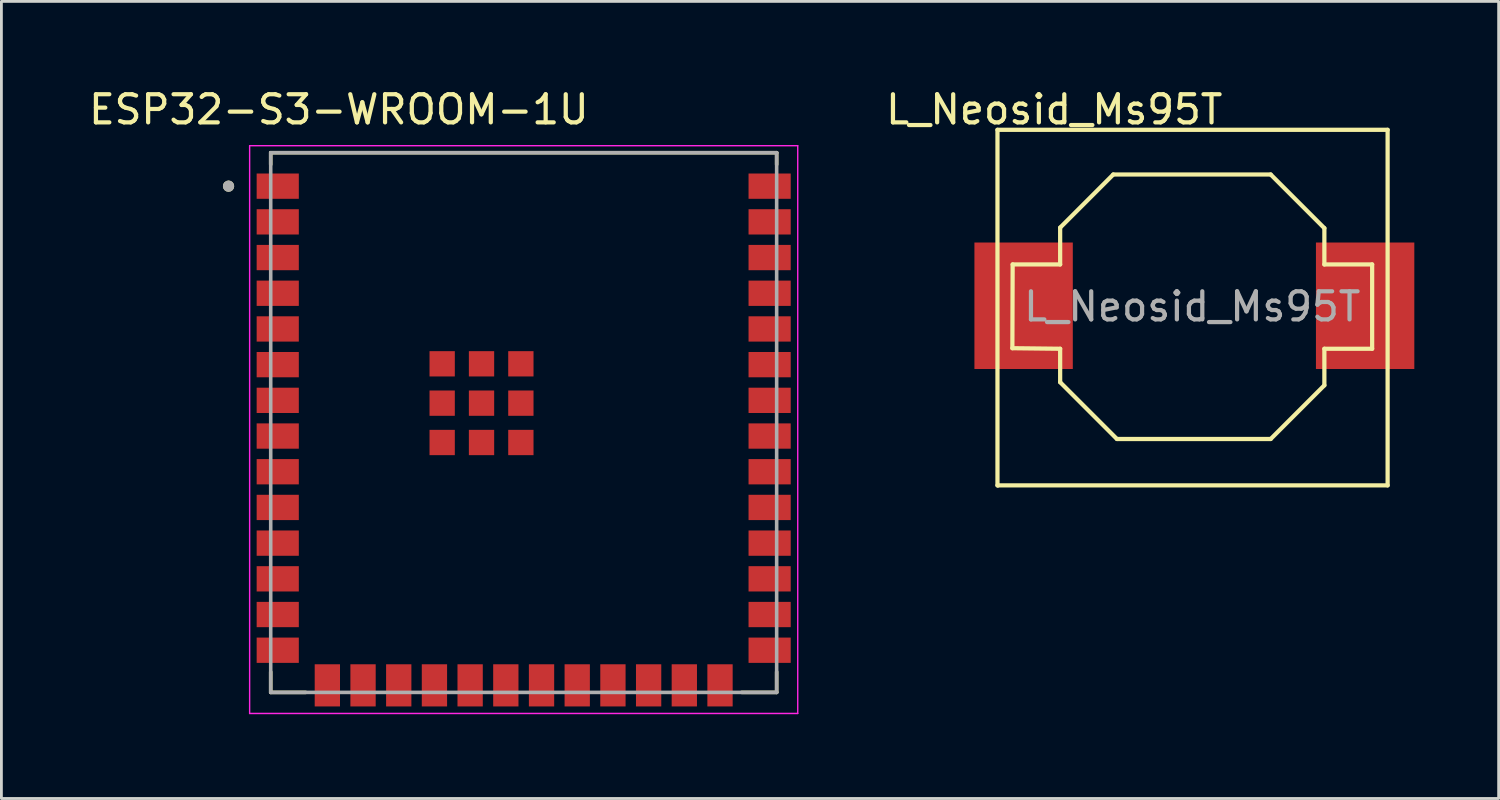
<source format=kicad_pcb>
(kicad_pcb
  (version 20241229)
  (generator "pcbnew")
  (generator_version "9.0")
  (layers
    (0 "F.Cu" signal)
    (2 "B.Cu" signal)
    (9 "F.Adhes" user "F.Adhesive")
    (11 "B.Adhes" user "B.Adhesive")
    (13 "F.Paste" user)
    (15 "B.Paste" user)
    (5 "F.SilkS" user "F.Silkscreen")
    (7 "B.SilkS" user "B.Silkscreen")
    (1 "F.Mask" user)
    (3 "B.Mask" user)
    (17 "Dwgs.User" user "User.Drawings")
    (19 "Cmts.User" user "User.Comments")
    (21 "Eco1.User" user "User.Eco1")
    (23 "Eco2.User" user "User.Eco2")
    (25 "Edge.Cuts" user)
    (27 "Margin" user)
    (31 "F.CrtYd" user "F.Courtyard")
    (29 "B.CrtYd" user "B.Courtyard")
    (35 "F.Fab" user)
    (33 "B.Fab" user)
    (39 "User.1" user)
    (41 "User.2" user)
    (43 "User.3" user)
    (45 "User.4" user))
  (footprint "ESP32-S3-WROOM-1U"
    (layer "F.Cu")
    (at 15.581 11.983)
    (property "Reference" "ESP32-S3-WROOM-1U" (at -6.575 -11.135 0) (layer "F.SilkS") (effects (font (size 1 1) (thickness 0.15))))
    (attr through_hole)
    (fp_line (start -9 -9.6) (end 9 -9.6) (stroke (width 0.127) (type solid)) (layer "F.SilkS"))
    (fp_line (start -9 -9.18) (end -9 -9.6) (stroke (width 0.127) (type solid)) (layer "F.SilkS"))
    (fp_line (start -9 9.6) (end -9 8.87) (stroke (width 0.127) (type solid)) (layer "F.SilkS"))
    (fp_line (start -7.755 9.6) (end -9 9.6) (stroke (width 0.127) (type solid)) (layer "F.SilkS"))
    (fp_line (start 9 -9.6) (end 9 -9.18) (stroke (width 0.127) (type solid)) (layer "F.SilkS"))
    (fp_line (start 9 9.6) (end 7.755 9.6) (stroke (width 0.127) (type solid)) (layer "F.SilkS"))
    (fp_line (start 9 9.6) (end 9 8.87) (stroke (width 0.127) (type solid)) (layer "F.SilkS"))
    (fp_circle (center -10.5 -8.41) (end -10.4 -8.41) (stroke (width 0.2) (type solid)) (fill no) (layer "F.SilkS"))
    (fp_line (start -9.75 -9.85) (end -9.75 10.35) (stroke (width 0.05) (type solid)) (layer "F.CrtYd"))
    (fp_line (start -9.75 10.35) (end 9.75 10.35) (stroke (width 0.05) (type solid)) (layer "F.CrtYd"))
    (fp_line (start 9.75 -9.85) (end -9.75 -9.85) (stroke (width 0.05) (type solid)) (layer "F.CrtYd"))
    (fp_line (start 9.75 10.35) (end 9.75 -9.85) (stroke (width 0.05) (type solid)) (layer "F.CrtYd"))
    (fp_line (start -9 -9.6) (end 9 -9.6) (stroke (width 0.127) (type solid)) (layer "F.Fab"))
    (fp_line (start -9 9.6) (end -9 -9.6) (stroke (width 0.127) (type solid)) (layer "F.Fab"))
    (fp_line (start 9 -9.6) (end 9 9.6) (stroke (width 0.127) (type solid)) (layer "F.Fab"))
    (fp_line (start 9 9.6) (end -9 9.6) (stroke (width 0.127) (type solid)) (layer "F.Fab"))
    (fp_circle (center -10.5 -8.41) (end -10.4 -8.41) (stroke (width 0.2) (type solid)) (fill no) (layer "F.Fab"))
    (pad "1" smd rect (at -8.75 -8.41) (size 1.5 0.9) (layers "F.Cu" "F.Mask" "F.Paste"))
    (pad "2" smd rect (at -8.75 -7.14) (size 1.5 0.9) (layers "F.Cu" "F.Mask" "F.Paste"))
    (pad "3" smd rect (at -8.75 -5.87) (size 1.5 0.9) (layers "F.Cu" "F.Mask" "F.Paste"))
    (pad "4" smd rect (at -8.75 -4.6) (size 1.5 0.9) (layers "F.Cu" "F.Mask" "F.Paste"))
    (pad "5" smd rect (at -8.75 -3.33) (size 1.5 0.9) (layers "F.Cu" "F.Mask" "F.Paste"))
    (pad "6" smd rect (at -8.75 -2.06) (size 1.5 0.9) (layers "F.Cu" "F.Mask" "F.Paste"))
    (pad "7" smd rect (at -8.75 -0.79) (size 1.5 0.9) (layers "F.Cu" "F.Mask" "F.Paste"))
    (pad "8" smd rect (at -8.75 0.48) (size 1.5 0.9) (layers "F.Cu" "F.Mask" "F.Paste"))
    (pad "9" smd rect (at -8.75 1.75) (size 1.5 0.9) (layers "F.Cu" "F.Mask" "F.Paste"))
    (pad "10" smd rect (at -8.75 3.02) (size 1.5 0.9) (layers "F.Cu" "F.Mask" "F.Paste"))
    (pad "11" smd rect (at -8.75 4.29) (size 1.5 0.9) (layers "F.Cu" "F.Mask" "F.Paste"))
    (pad "12" smd rect (at -8.75 5.56) (size 1.5 0.9) (layers "F.Cu" "F.Mask" "F.Paste"))
    (pad "13" smd rect (at -8.75 6.83) (size 1.5 0.9) (layers "F.Cu" "F.Mask" "F.Paste"))
    (pad "14" smd rect (at -8.75 8.1) (size 1.5 0.9) (layers "F.Cu" "F.Mask" "F.Paste"))
    (pad "15" smd rect (at -6.985 9.35) (size 0.9 1.5) (layers "F.Cu" "F.Mask" "F.Paste"))
    (pad "16" smd rect (at -5.715 9.35) (size 0.9 1.5) (layers "F.Cu" "F.Mask" "F.Paste"))
    (pad "17" smd rect (at -4.445 9.35) (size 0.9 1.5) (layers "F.Cu" "F.Mask" "F.Paste"))
    (pad "18" smd rect (at -3.175 9.35) (size 0.9 1.5) (layers "F.Cu" "F.Mask" "F.Paste"))
    (pad "19" smd rect (at -1.905 9.35) (size 0.9 1.5) (layers "F.Cu" "F.Mask" "F.Paste"))
    (pad "20" smd rect (at -0.635 9.35) (size 0.9 1.5) (layers "F.Cu" "F.Mask" "F.Paste"))
    (pad "21" smd rect (at 0.635 9.35) (size 0.9 1.5) (layers "F.Cu" "F.Mask" "F.Paste"))
    (pad "22" smd rect (at 1.905 9.35) (size 0.9 1.5) (layers "F.Cu" "F.Mask" "F.Paste"))
    (pad "23" smd rect (at 3.175 9.35) (size 0.9 1.5) (layers "F.Cu" "F.Mask" "F.Paste"))
    (pad "24" smd rect (at 4.445 9.35) (size 0.9 1.5) (layers "F.Cu" "F.Mask" "F.Paste"))
    (pad "25" smd rect (at 5.715 9.35) (size 0.9 1.5) (layers "F.Cu" "F.Mask" "F.Paste"))
    (pad "26" smd rect (at 6.985 9.35) (size 0.9 1.5) (layers "F.Cu" "F.Mask" "F.Paste"))
    (pad "27" smd rect (at 8.75 8.1) (size 1.5 0.9) (layers "F.Cu" "F.Mask" "F.Paste"))
    (pad "28" smd rect (at 8.75 6.83) (size 1.5 0.9) (layers "F.Cu" "F.Mask" "F.Paste"))
    (pad "29" smd rect (at 8.75 5.56) (size 1.5 0.9) (layers "F.Cu" "F.Mask" "F.Paste"))
    (pad "30" smd rect (at 8.75 4.29) (size 1.5 0.9) (layers "F.Cu" "F.Mask" "F.Paste"))
    (pad "31" smd rect (at 8.75 3.02) (size 1.5 0.9) (layers "F.Cu" "F.Mask" "F.Paste"))
    (pad "32" smd rect (at 8.75 1.75) (size 1.5 0.9) (layers "F.Cu" "F.Mask" "F.Paste"))
    (pad "33" smd rect (at 8.75 0.48) (size 1.5 0.9) (layers "F.Cu" "F.Mask" "F.Paste"))
    (pad "34" smd rect (at 8.75 -0.79) (size 1.5 0.9) (layers "F.Cu" "F.Mask" "F.Paste"))
    (pad "35" smd rect (at 8.75 -2.06) (size 1.5 0.9) (layers "F.Cu" "F.Mask" "F.Paste"))
    (pad "36" smd rect (at 8.75 -3.33) (size 1.5 0.9) (layers "F.Cu" "F.Mask" "F.Paste"))
    (pad "37" smd rect (at 8.75 -4.6) (size 1.5 0.9) (layers "F.Cu" "F.Mask" "F.Paste"))
    (pad "38" smd rect (at 8.75 -5.87) (size 1.5 0.9) (layers "F.Cu" "F.Mask" "F.Paste"))
    (pad "39" smd rect (at 8.75 -7.14) (size 1.5 0.9) (layers "F.Cu" "F.Mask" "F.Paste"))
    (pad "40" smd rect (at 8.75 -8.41) (size 1.5 0.9) (layers "F.Cu" "F.Mask" "F.Paste"))
    (pad "41" smd rect (at -2.9 -2.09) (size 0.9 0.9) (layers "F.Cu" "F.Mask" "F.Paste"))
    (pad "41" smd rect (at -2.9 -0.69) (size 0.9 0.9) (layers "F.Cu" "F.Mask" "F.Paste"))
    (pad "41" smd rect (at -2.9 0.71) (size 0.9 0.9) (layers "F.Cu" "F.Mask" "F.Paste"))
    (pad "41" smd rect (at -1.5 -2.09) (size 0.9 0.9) (layers "F.Cu" "F.Mask" "F.Paste"))
    (pad "41" smd rect (at -1.5 -0.69) (size 0.9 0.9) (layers "F.Cu" "F.Mask" "F.Paste"))
    (pad "41" smd rect (at -1.5 0.71) (size 0.9 0.9) (layers "F.Cu" "F.Mask" "F.Paste"))
    (pad "41" smd rect (at -0.1 -2.09) (size 0.9 0.9) (layers "F.Cu" "F.Mask" "F.Paste"))
    (pad "41" smd rect (at -0.1 -0.69) (size 0.9 0.9) (layers "F.Cu" "F.Mask" "F.Paste"))
    (pad "41" smd rect (at -0.1 0.71) (size 0.9 0.9) (layers "F.Cu" "F.Mask" "F.Paste")))
  (footprint "L_Neosid_Ms95T"
    (layer "F.Cu")
    (at 39.367 7.858)
    (property "Reference" "L_Neosid_Ms95T" (at -4.91 -7.01 0) (layer "F.SilkS") (effects (font (size 1 1) (thickness 0.15))))
    (attr smd)
    (fp_line (start -6.93 -6.29) (end -6.93 6.36) (stroke (width 0.15) (type solid)) (layer "F.SilkS"))
    (fp_line (start -6.93 6.36) (end -6.91 6.36) (stroke (width 0.15) (type solid)) (layer "F.SilkS"))
    (fp_line (start -6.91 6.36) (end 6.95 6.36) (stroke (width 0.15) (type solid)) (layer "F.SilkS"))
    (fp_line (start -6.4 1.48) (end -6.39 -1.5) (stroke (width 0.15) (type solid)) (layer "F.SilkS"))
    (fp_line (start -4.7 -2.81) (end -2.81 -4.7) (stroke (width 0.15) (type solid)) (layer "F.SilkS"))
    (fp_line (start -4.7 -1.5) (end -6.39 -1.5) (stroke (width 0.15) (type solid)) (layer "F.SilkS"))
    (fp_line (start -4.7 -1.5) (end -4.7 -2.81) (stroke (width 0.15) (type solid)) (layer "F.SilkS"))
    (fp_line (start -4.7 1.5) (end -6.4 1.48) (stroke (width 0.15) (type solid)) (layer "F.SilkS"))
    (fp_line (start -4.7 2.69) (end -4.7 1.5) (stroke (width 0.15) (type solid)) (layer "F.SilkS"))
    (fp_line (start -2.81 -4.7) (end 2.79 -4.7) (stroke (width 0.15) (type solid)) (layer "F.SilkS"))
    (fp_line (start -2.68 4.71) (end -4.7 2.69) (stroke (width 0.15) (type solid)) (layer "F.SilkS"))
    (fp_line (start 2.79 -4.7) (end 4.7 -2.79) (stroke (width 0.15) (type solid)) (layer "F.SilkS"))
    (fp_line (start 2.79 4.71) (end -2.68 4.71) (stroke (width 0.15) (type solid)) (layer "F.SilkS"))
    (fp_line (start 4.7 -2.79) (end 4.7 -1.5) (stroke (width 0.15) (type solid)) (layer "F.SilkS"))
    (fp_line (start 4.7 -1.5) (end 6.4 -1.5) (stroke (width 0.15) (type solid)) (layer "F.SilkS"))
    (fp_line (start 4.7 1.5) (end 4.7 2.8) (stroke (width 0.15) (type solid)) (layer "F.SilkS"))
    (fp_line (start 4.7 2.8) (end 2.79 4.71) (stroke (width 0.15) (type solid)) (layer "F.SilkS"))
    (fp_line (start 6.4 -1.5) (end 6.4 1.5) (stroke (width 0.15) (type solid)) (layer "F.SilkS"))
    (fp_line (start 6.4 1.5) (end 4.7 1.5) (stroke (width 0.15) (type solid)) (layer "F.SilkS"))
    (fp_line (start 6.95 -6.29) (end -6.93 -6.29) (stroke (width 0.15) (type solid)) (layer "F.SilkS"))
    (fp_line (start 6.95 6.36) (end 6.95 -6.29) (stroke (width 0.15) (type solid)) (layer "F.SilkS"))
    (fp_text user "${REFERENCE}" (at 0 0 0) (layer "F.Fab") (effects (font (size 1 1) (thickness 0.15))))
    (pad "1" smd rect (at -6 -0.03) (size 3.5 4.5) (layers "F.Cu" "F.Mask" "F.Paste"))
    (pad "2" smd rect (at 6.15 -0.03) (size 3.5 4.5) (layers "F.Cu" "F.Mask" "F.Paste")))
  (gr_rect
    (start -3 -3)
    (end 50.267 25.358)
    (stroke (width 0.1) (type default))
    (fill no)
    (layer "Edge.Cuts")))
</source>
